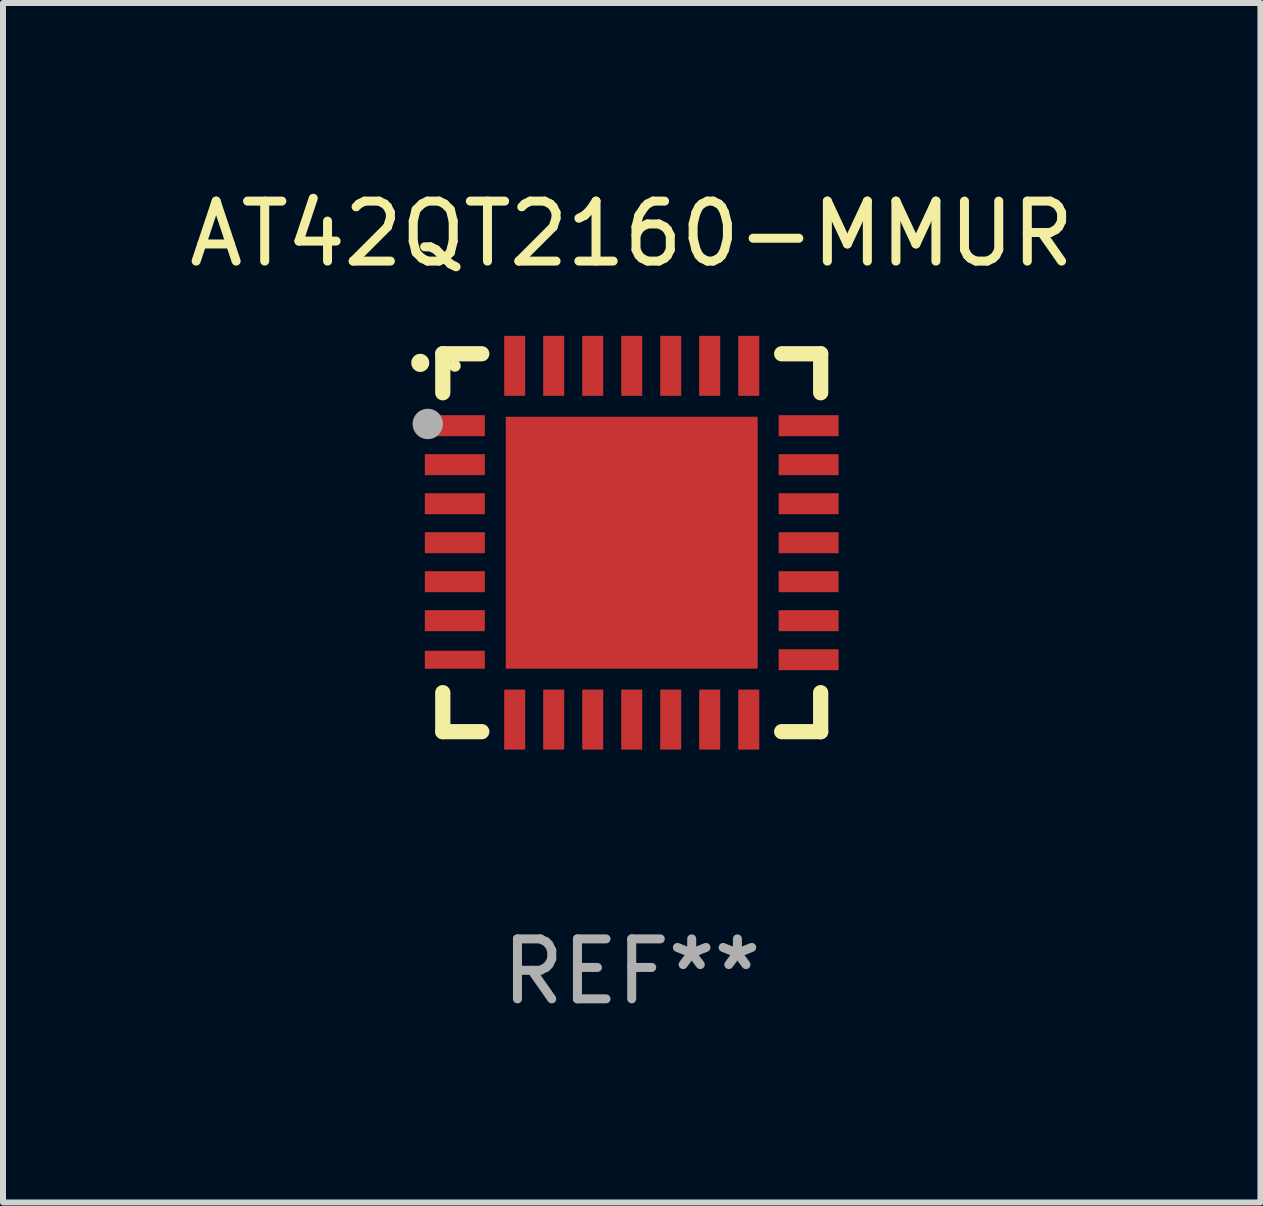
<source format=kicad_pcb>
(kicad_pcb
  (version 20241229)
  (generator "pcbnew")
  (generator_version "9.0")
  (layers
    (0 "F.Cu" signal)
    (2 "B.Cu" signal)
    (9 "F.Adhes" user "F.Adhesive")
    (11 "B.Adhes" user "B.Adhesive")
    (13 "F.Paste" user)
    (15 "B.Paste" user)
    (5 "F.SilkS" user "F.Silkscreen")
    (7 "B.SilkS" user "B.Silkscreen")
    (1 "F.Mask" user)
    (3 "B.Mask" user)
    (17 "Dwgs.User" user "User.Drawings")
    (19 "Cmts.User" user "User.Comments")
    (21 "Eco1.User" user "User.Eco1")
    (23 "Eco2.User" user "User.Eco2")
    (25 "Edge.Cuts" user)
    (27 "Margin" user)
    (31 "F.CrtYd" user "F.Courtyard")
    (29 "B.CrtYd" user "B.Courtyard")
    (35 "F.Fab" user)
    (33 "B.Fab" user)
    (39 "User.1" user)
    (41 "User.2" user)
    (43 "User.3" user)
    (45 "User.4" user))
  (footprint "AT42QT2160-MMUR"
    (layer "F.Cu")
    (at 7.482 5.998)
    (property "Reference" "AT42QT2160-MMUR" (at 0 -5.15 0) (layer "F.SilkS") (effects (font (size 1 1) (thickness 0.15))))
    (attr through_hole)
    (fp_line (start -3.15 -3.15) (end -2.5 -3.15) (stroke (width 0.254) (type solid)) (layer "F.SilkS"))
    (fp_line (start -3.15 -2.5) (end -3.15 -3.15) (stroke (width 0.254) (type solid)) (layer "F.SilkS"))
    (fp_line (start -3.15 3.15) (end -3.15 2.5) (stroke (width 0.254) (type solid)) (layer "F.SilkS"))
    (fp_line (start -2.5 3.15) (end -3.15 3.15) (stroke (width 0.254) (type solid)) (layer "F.SilkS"))
    (fp_line (start 2.5 -3.15) (end 3.15 -3.15) (stroke (width 0.254) (type solid)) (layer "F.SilkS"))
    (fp_line (start 2.5 3.15) (end 3.15 3.15) (stroke (width 0.254) (type solid)) (layer "F.SilkS"))
    (fp_line (start 3.15 -3.15) (end 3.15 -2.5) (stroke (width 0.254) (type solid)) (layer "F.SilkS"))
    (fp_line (start 3.15 3.15) (end 3.15 2.5) (stroke (width 0.254) (type solid)) (layer "F.SilkS"))
    (fp_arc (start -3.525527 -2.997206) (mid -3.525532 -2.998476) (end -3.525527 -2.999746) (stroke (width 0.3) (type solid)) (layer "F.SilkS"))
    (fp_circle (center -2.95 -2.95) (end -2.9 -2.95) (stroke (width 0.1) (type solid)) (fill no) (layer "F.SilkS"))
    (fp_circle (center -3.4 -1.98) (end -3.273 -1.98) (stroke (width 0.254) (type solid)) (fill no) (layer "F.Fab"))
    (fp_text user "REF**" (at 0 7.15 0) (layer "F.Fab") (effects (font (size 1 1) (thickness 0.15))))
    (pad "1" smd rect (at -2.949 -1.951 90) (size 0.35 1) (layers "F.Cu" "F.Mask" "F.Paste"))
    (pad "2" smd rect (at -2.949 -1.301 90) (size 0.35 1) (layers "F.Cu" "F.Mask" "F.Paste"))
    (pad "3" smd rect (at -2.949 -0.65 90) (size 0.35 1) (layers "F.Cu" "F.Mask" "F.Paste"))
    (pad "4" smd rect (at -2.949 -0.000025 90) (size 0.35 1) (layers "F.Cu" "F.Mask" "F.Paste"))
    (pad "5" smd rect (at -2.949 0.65 90) (size 0.35 1) (layers "F.Cu" "F.Mask" "F.Paste"))
    (pad "6" smd rect (at -2.949 1.3 90) (size 0.35 1) (layers "F.Cu" "F.Mask" "F.Paste"))
    (pad "7" smd rect (at -2.949 1.951 90) (size 0.3 1) (layers "F.Cu" "F.Mask" "F.Paste"))
    (pad "8" smd rect (at -1.951 2.949) (size 0.35 1) (layers "F.Cu" "F.Mask" "F.Paste"))
    (pad "9" smd rect (at -1.301 2.949) (size 0.35 1) (layers "F.Cu" "F.Mask" "F.Paste"))
    (pad "10" smd rect (at -0.65 2.949) (size 0.35 1) (layers "F.Cu" "F.Mask" "F.Paste"))
    (pad "11" smd rect (at -0.000076 2.949) (size 0.35 1) (layers "F.Cu" "F.Mask" "F.Paste"))
    (pad "12" smd rect (at 0.65 2.949) (size 0.35 1) (layers "F.Cu" "F.Mask" "F.Paste"))
    (pad "13" smd rect (at 1.3 2.949) (size 0.35 1) (layers "F.Cu" "F.Mask" "F.Paste"))
    (pad "14" smd rect (at 1.951 2.949) (size 0.35 1) (layers "F.Cu" "F.Mask" "F.Paste"))
    (pad "15" smd rect (at 2.949 1.951 90) (size 0.35 1) (layers "F.Cu" "F.Mask" "F.Paste"))
    (pad "16" smd rect (at 2.949 1.3 90) (size 0.35 1) (layers "F.Cu" "F.Mask" "F.Paste"))
    (pad "17" smd rect (at 2.949 0.65 90) (size 0.35 1) (layers "F.Cu" "F.Mask" "F.Paste"))
    (pad "18" smd rect (at 2.949 -0.000025 90) (size 0.35 1) (layers "F.Cu" "F.Mask" "F.Paste"))
    (pad "19" smd rect (at 2.949 -0.65 90) (size 0.35 1) (layers "F.Cu" "F.Mask" "F.Paste"))
    (pad "20" smd rect (at 2.949 -1.301 90) (size 0.35 1) (layers "F.Cu" "F.Mask" "F.Paste"))
    (pad "21" smd rect (at 2.949 -1.951 90) (size 0.35 1) (layers "F.Cu" "F.Mask" "F.Paste"))
    (pad "22" smd rect (at 1.951 -2.949) (size 0.35 1) (layers "F.Cu" "F.Mask" "F.Paste"))
    (pad "23" smd rect (at 1.3 -2.949) (size 0.35 1) (layers "F.Cu" "F.Mask" "F.Paste"))
    (pad "24" smd rect (at 0.65 -2.949) (size 0.35 1) (layers "F.Cu" "F.Mask" "F.Paste"))
    (pad "25" smd rect (at -0.000076 -2.949) (size 0.35 1) (layers "F.Cu" "F.Mask" "F.Paste"))
    (pad "26" smd rect (at -0.65 -2.949) (size 0.35 1) (layers "F.Cu" "F.Mask" "F.Paste"))
    (pad "27" smd rect (at -1.301 -2.949) (size 0.35 1) (layers "F.Cu" "F.Mask" "F.Paste"))
    (pad "28" smd rect (at -1.951 -2.949) (size 0.35 1) (layers "F.Cu" "F.Mask" "F.Paste"))
    (pad "29" smd rect (at -0.000076 -0.000025) (size 4.2 4.2) (layers "F.Cu" "F.Mask" "F.Paste")))
  (gr_rect
    (start -3 -3)
    (end 17.964 16.997)
    (stroke (width 0.1) (type default))
    (fill no)
    (layer "Edge.Cuts")))
</source>
